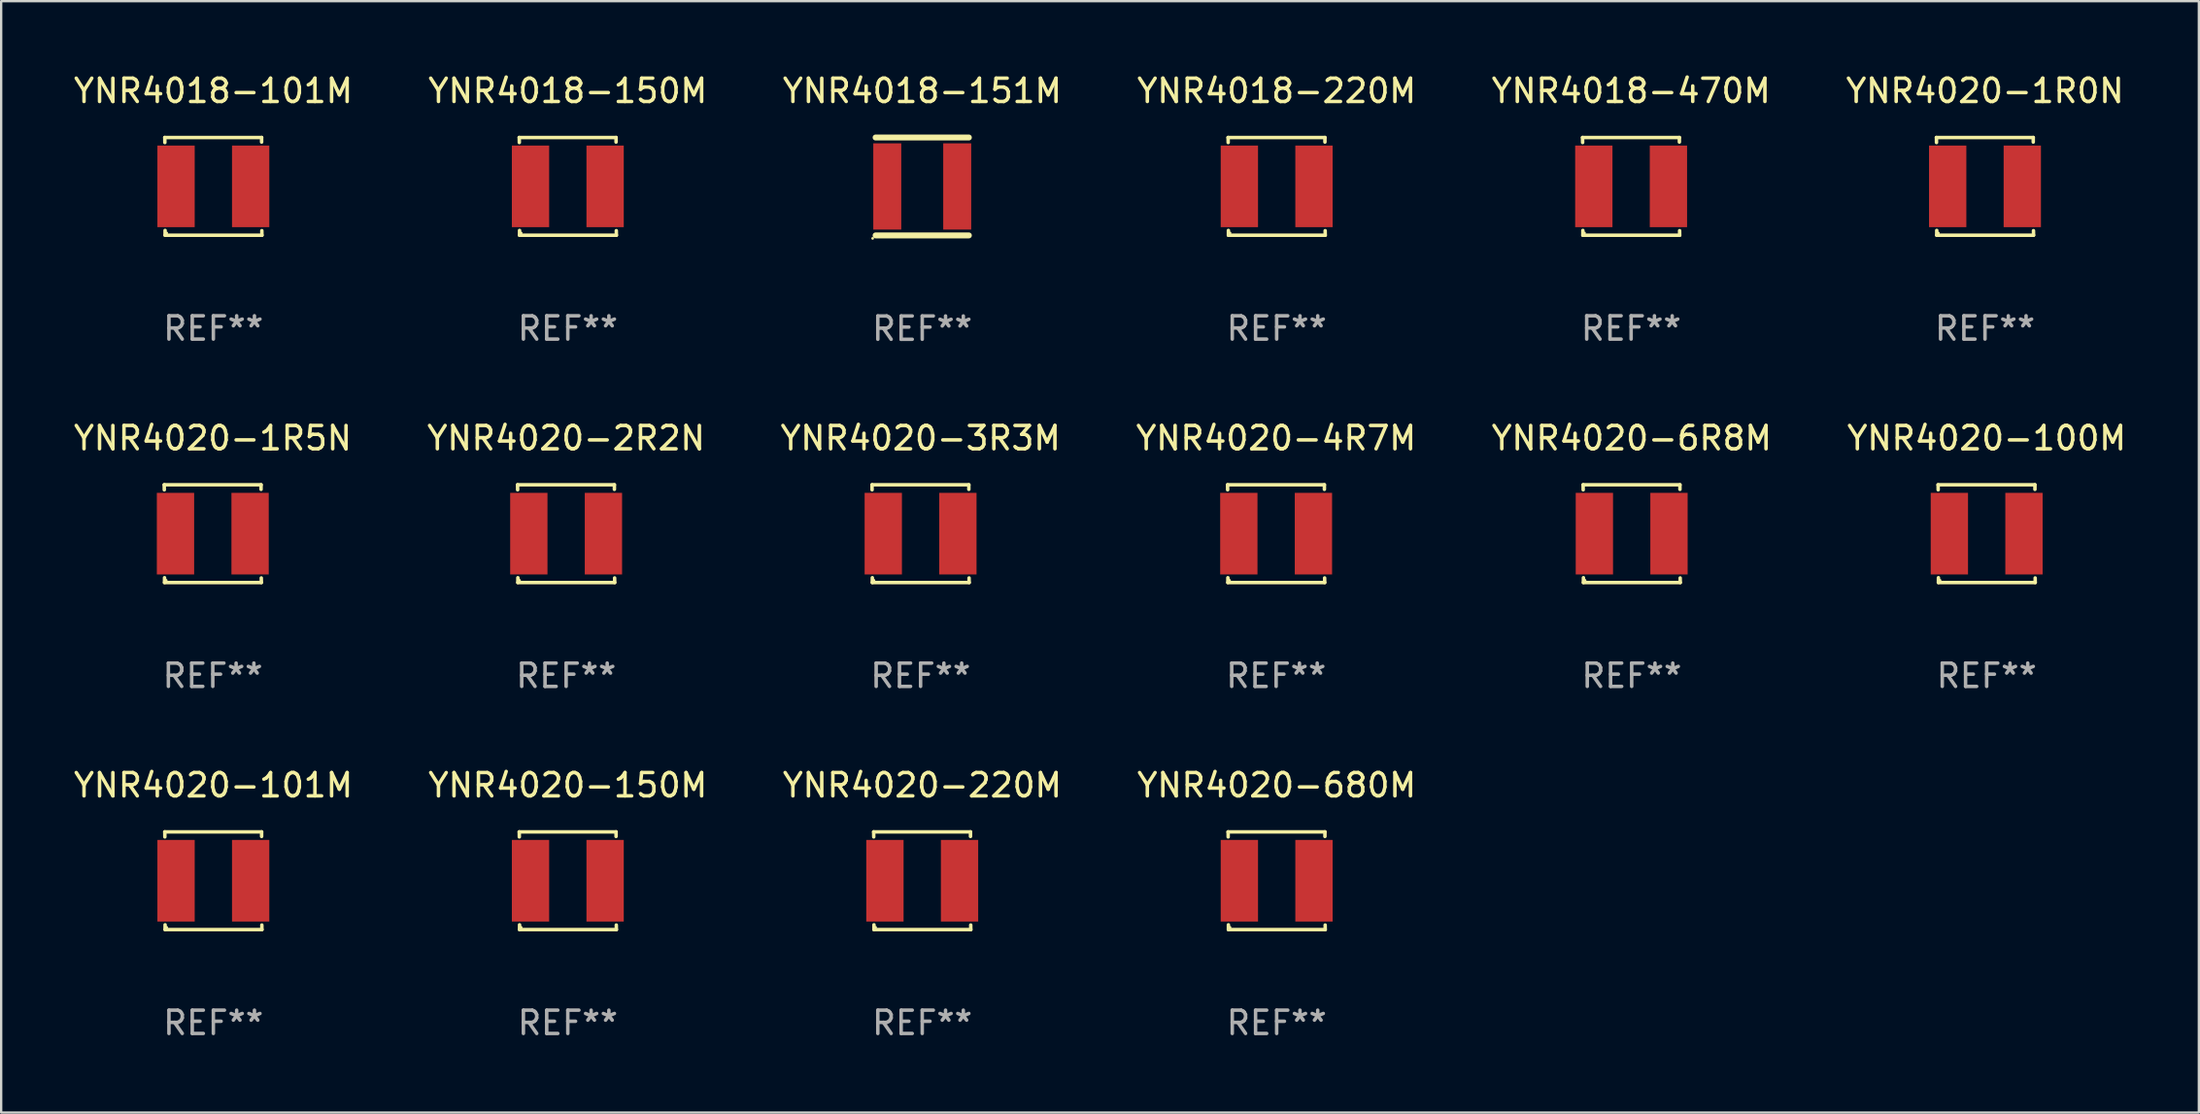
<source format=kicad_pcb>
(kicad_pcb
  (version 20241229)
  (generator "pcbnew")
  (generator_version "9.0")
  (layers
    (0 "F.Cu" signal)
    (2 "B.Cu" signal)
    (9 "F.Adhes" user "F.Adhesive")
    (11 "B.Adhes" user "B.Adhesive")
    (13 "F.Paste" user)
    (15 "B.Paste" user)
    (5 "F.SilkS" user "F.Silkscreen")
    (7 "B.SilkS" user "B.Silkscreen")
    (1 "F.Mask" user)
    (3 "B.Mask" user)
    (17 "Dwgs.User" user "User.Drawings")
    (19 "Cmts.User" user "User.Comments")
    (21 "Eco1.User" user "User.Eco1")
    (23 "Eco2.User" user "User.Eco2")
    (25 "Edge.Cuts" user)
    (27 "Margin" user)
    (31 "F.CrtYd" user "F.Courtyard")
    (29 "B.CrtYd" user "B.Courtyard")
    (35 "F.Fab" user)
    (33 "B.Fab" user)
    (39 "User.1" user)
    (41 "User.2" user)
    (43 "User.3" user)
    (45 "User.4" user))
  (footprint "YNR4020-100M"
    (layer "F.Cu")
    (at 82.161 19.841)
    (property "Reference" "YNR4020-100M" (at 0 -4.096 0) (layer "F.SilkS") (effects (font (size 1 1) (thickness 0.15))))
    (attr through_hole)
    (fp_line (start -2.083 -2.096) (end -2.08 -1.88) (stroke (width 0.15) (type solid)) (layer "F.SilkS"))
    (fp_line (start -2.07 1.89) (end -2.07 2.096) (stroke (width 0.15) (type solid)) (layer "F.SilkS"))
    (fp_line (start -2.07 2.096) (end 2.083 2.096) (stroke (width 0.15) (type solid)) (layer "F.SilkS"))
    (fp_line (start 2.07 -1.9) (end 2.07 -2.096) (stroke (width 0.15) (type solid)) (layer "F.SilkS"))
    (fp_line (start 2.07 -2.096) (end -2.083 -2.096) (stroke (width 0.15) (type solid)) (layer "F.SilkS"))
    (fp_line (start 2.083 2.096) (end 2.08 1.9) (stroke (width 0.15) (type solid)) (layer "F.SilkS"))
    (fp_circle (center -2 2) (end -1.97 2) (stroke (width 0.06) (type solid)) (fill no) (layer "F.SilkS"))
    (fp_text user "REF**" (at 0 6.096 0) (layer "F.Fab") (effects (font (size 1 1) (thickness 0.15))))
    (pad "1" smd rect (at -1.6 -0.000343) (size 1.6 3.5) (layers "F.Cu" "F.Mask" "F.Paste"))
    (pad "2" smd rect (at 1.6 -0.000343) (size 1.6 3.5) (layers "F.Cu" "F.Mask" "F.Paste")))
  (footprint "YNR4018-150M"
    (layer "F.Cu")
    (at 21.304 4.944)
    (property "Reference" "YNR4018-150M" (at 0 -4.096 0) (layer "F.SilkS") (effects (font (size 1 1) (thickness 0.15))))
    (attr through_hole)
    (fp_line (start -2.083 -2.096) (end -2.08 -1.88) (stroke (width 0.15) (type solid)) (layer "F.SilkS"))
    (fp_line (start -2.07 1.89) (end -2.07 2.096) (stroke (width 0.15) (type solid)) (layer "F.SilkS"))
    (fp_line (start -2.07 2.096) (end 2.083 2.096) (stroke (width 0.15) (type solid)) (layer "F.SilkS"))
    (fp_line (start 2.07 -1.9) (end 2.07 -2.096) (stroke (width 0.15) (type solid)) (layer "F.SilkS"))
    (fp_line (start 2.07 -2.096) (end -2.083 -2.096) (stroke (width 0.15) (type solid)) (layer "F.SilkS"))
    (fp_line (start 2.083 2.096) (end 2.08 1.9) (stroke (width 0.15) (type solid)) (layer "F.SilkS"))
    (fp_circle (center -2 2) (end -1.97 2) (stroke (width 0.06) (type solid)) (fill no) (layer "F.SilkS"))
    (fp_text user "REF**" (at 0 6.096 0) (layer "F.Fab") (effects (font (size 1 1) (thickness 0.15))))
    (pad "1" smd rect (at -1.6 -0.000343) (size 1.6 3.5) (layers "F.Cu" "F.Mask" "F.Paste"))
    (pad "2" smd rect (at 1.6 -0.000343) (size 1.6 3.5) (layers "F.Cu" "F.Mask" "F.Paste")))
  (footprint "YNR4018-101M"
    (layer "F.Cu")
    (at 6.101 4.944)
    (property "Reference" "YNR4018-101M" (at 0 -4.096 0) (layer "F.SilkS") (effects (font (size 1 1) (thickness 0.15))))
    (attr through_hole)
    (fp_line (start -2.083 -2.096) (end -2.08 -1.88) (stroke (width 0.15) (type solid)) (layer "F.SilkS"))
    (fp_line (start -2.07 1.89) (end -2.07 2.096) (stroke (width 0.15) (type solid)) (layer "F.SilkS"))
    (fp_line (start -2.07 2.096) (end 2.083 2.096) (stroke (width 0.15) (type solid)) (layer "F.SilkS"))
    (fp_line (start 2.07 -1.9) (end 2.07 -2.096) (stroke (width 0.15) (type solid)) (layer "F.SilkS"))
    (fp_line (start 2.07 -2.096) (end -2.083 -2.096) (stroke (width 0.15) (type solid)) (layer "F.SilkS"))
    (fp_line (start 2.083 2.096) (end 2.08 1.9) (stroke (width 0.15) (type solid)) (layer "F.SilkS"))
    (fp_circle (center -2 2) (end -1.97 2) (stroke (width 0.06) (type solid)) (fill no) (layer "F.SilkS"))
    (fp_text user "REF**" (at 0 6.096 0) (layer "F.Fab") (effects (font (size 1 1) (thickness 0.15))))
    (pad "1" smd rect (at -1.6 -0.000343) (size 1.6 3.5) (layers "F.Cu" "F.Mask" "F.Paste"))
    (pad "2" smd rect (at 1.6 -0.000343) (size 1.6 3.5) (layers "F.Cu" "F.Mask" "F.Paste")))
  (footprint "YNR4020-101M"
    (layer "F.Cu")
    (at 6.101 34.729)
    (property "Reference" "YNR4020-101M" (at 0 -4.096 0) (layer "F.SilkS") (effects (font (size 1 1) (thickness 0.15))))
    (attr through_hole)
    (fp_line (start -2.083 -2.096) (end -2.08 -1.88) (stroke (width 0.15) (type solid)) (layer "F.SilkS"))
    (fp_line (start -2.07 1.89) (end -2.07 2.096) (stroke (width 0.15) (type solid)) (layer "F.SilkS"))
    (fp_line (start -2.07 2.096) (end 2.083 2.096) (stroke (width 0.15) (type solid)) (layer "F.SilkS"))
    (fp_line (start 2.07 -1.9) (end 2.07 -2.096) (stroke (width 0.15) (type solid)) (layer "F.SilkS"))
    (fp_line (start 2.07 -2.096) (end -2.083 -2.096) (stroke (width 0.15) (type solid)) (layer "F.SilkS"))
    (fp_line (start 2.083 2.096) (end 2.08 1.9) (stroke (width 0.15) (type solid)) (layer "F.SilkS"))
    (fp_circle (center -2 2) (end -1.97 2) (stroke (width 0.06) (type solid)) (fill no) (layer "F.SilkS"))
    (fp_text user "REF**" (at 0 6.096 0) (layer "F.Fab") (effects (font (size 1 1) (thickness 0.15))))
    (pad "1" smd rect (at -1.6 -0.000343) (size 1.6 3.5) (layers "F.Cu" "F.Mask" "F.Paste"))
    (pad "2" smd rect (at 1.6 -0.000343) (size 1.6 3.5) (layers "F.Cu" "F.Mask" "F.Paste")))
  (footprint "YNR4020-1R0N"
    (layer "F.Cu")
    (at 82.089 4.944)
    (property "Reference" "YNR4020-1R0N" (at 0 -4.096 0) (layer "F.SilkS") (effects (font (size 1 1) (thickness 0.15))))
    (attr through_hole)
    (fp_line (start -2.083 -2.096) (end -2.08 -1.88) (stroke (width 0.15) (type solid)) (layer "F.SilkS"))
    (fp_line (start -2.07 1.89) (end -2.07 2.096) (stroke (width 0.15) (type solid)) (layer "F.SilkS"))
    (fp_line (start -2.07 2.096) (end 2.083 2.096) (stroke (width 0.15) (type solid)) (layer "F.SilkS"))
    (fp_line (start 2.07 -1.9) (end 2.07 -2.096) (stroke (width 0.15) (type solid)) (layer "F.SilkS"))
    (fp_line (start 2.07 -2.096) (end -2.083 -2.096) (stroke (width 0.15) (type solid)) (layer "F.SilkS"))
    (fp_line (start 2.083 2.096) (end 2.08 1.9) (stroke (width 0.15) (type solid)) (layer "F.SilkS"))
    (fp_circle (center -2 2) (end -1.97 2) (stroke (width 0.06) (type solid)) (fill no) (layer "F.SilkS"))
    (fp_text user "REF**" (at 0 6.096 0) (layer "F.Fab") (effects (font (size 1 1) (thickness 0.15))))
    (pad "1" smd rect (at -1.6 -0.000343) (size 1.6 3.5) (layers "F.Cu" "F.Mask" "F.Paste"))
    (pad "2" smd rect (at 1.6 -0.000343) (size 1.6 3.5) (layers "F.Cu" "F.Mask" "F.Paste")))
  (footprint "YNR4020-4R7M"
    (layer "F.Cu")
    (at 51.685 19.841)
    (property "Reference" "YNR4020-4R7M" (at 0 -4.096 0) (layer "F.SilkS") (effects (font (size 1 1) (thickness 0.15))))
    (attr through_hole)
    (fp_line (start -2.083 -2.096) (end -2.08 -1.88) (stroke (width 0.15) (type solid)) (layer "F.SilkS"))
    (fp_line (start -2.07 1.89) (end -2.07 2.096) (stroke (width 0.15) (type solid)) (layer "F.SilkS"))
    (fp_line (start -2.07 2.096) (end 2.083 2.096) (stroke (width 0.15) (type solid)) (layer "F.SilkS"))
    (fp_line (start 2.07 -1.9) (end 2.07 -2.096) (stroke (width 0.15) (type solid)) (layer "F.SilkS"))
    (fp_line (start 2.07 -2.096) (end -2.083 -2.096) (stroke (width 0.15) (type solid)) (layer "F.SilkS"))
    (fp_line (start 2.083 2.096) (end 2.08 1.9) (stroke (width 0.15) (type solid)) (layer "F.SilkS"))
    (fp_circle (center -2 2) (end -1.97 2) (stroke (width 0.06) (type solid)) (fill no) (layer "F.SilkS"))
    (fp_text user "REF**" (at 0 6.096 0) (layer "F.Fab") (effects (font (size 1 1) (thickness 0.15))))
    (pad "1" smd rect (at -1.6 -0.000343) (size 1.6 3.5) (layers "F.Cu" "F.Mask" "F.Paste"))
    (pad "2" smd rect (at 1.6 -0.000343) (size 1.6 3.5) (layers "F.Cu" "F.Mask" "F.Paste")))
  (footprint "YNR4018-220M"
    (layer "F.Cu")
    (at 51.708 4.944)
    (property "Reference" "YNR4018-220M" (at 0 -4.096 0) (layer "F.SilkS") (effects (font (size 1 1) (thickness 0.15))))
    (attr through_hole)
    (fp_line (start -2.083 -2.096) (end -2.08 -1.88) (stroke (width 0.15) (type solid)) (layer "F.SilkS"))
    (fp_line (start -2.07 1.89) (end -2.07 2.096) (stroke (width 0.15) (type solid)) (layer "F.SilkS"))
    (fp_line (start -2.07 2.096) (end 2.083 2.096) (stroke (width 0.15) (type solid)) (layer "F.SilkS"))
    (fp_line (start 2.07 -1.9) (end 2.07 -2.096) (stroke (width 0.15) (type solid)) (layer "F.SilkS"))
    (fp_line (start 2.07 -2.096) (end -2.083 -2.096) (stroke (width 0.15) (type solid)) (layer "F.SilkS"))
    (fp_line (start 2.083 2.096) (end 2.08 1.9) (stroke (width 0.15) (type solid)) (layer "F.SilkS"))
    (fp_circle (center -2 2) (end -1.97 2) (stroke (width 0.06) (type solid)) (fill no) (layer "F.SilkS"))
    (fp_text user "REF**" (at 0 6.096 0) (layer "F.Fab") (effects (font (size 1 1) (thickness 0.15))))
    (pad "1" smd rect (at -1.6 -0.000343) (size 1.6 3.5) (layers "F.Cu" "F.Mask" "F.Paste"))
    (pad "2" smd rect (at 1.6 -0.000343) (size 1.6 3.5) (layers "F.Cu" "F.Mask" "F.Paste")))
  (footprint "YNR4018-151M"
    (layer "F.Cu")
    (at 36.506 4.948)
    (property "Reference" "YNR4018-151M" (at 0 -4.1 0) (layer "F.SilkS") (effects (font (size 1 1) (thickness 0.15))))
    (attr through_hole)
    (fp_line (start -2 -2.1) (end 2 -2.1) (stroke (width 0.254) (type solid)) (layer "F.SilkS"))
    (fp_line (start -2 2.1) (end 2 2.1) (stroke (width 0.254) (type solid)) (layer "F.SilkS"))
    (fp_circle (center -2.127 2.227) (end -2.097 2.227) (stroke (width 0.06) (type solid)) (fill no) (layer "F.SilkS"))
    (fp_text user "REF**" (at 0 6.1 0) (layer "F.Fab") (effects (font (size 1 1) (thickness 0.15))))
    (pad "1" smd rect (at -1.5 0 90) (size 3.7 1.2) (layers "F.Cu" "F.Mask" "F.Paste"))
    (pad "2" smd rect (at 1.5 0 90) (size 3.7 1.2) (layers "F.Cu" "F.Mask" "F.Paste")))
  (footprint "YNR4020-3R3M"
    (layer "F.Cu")
    (at 36.435 19.841)
    (property "Reference" "YNR4020-3R3M" (at 0 -4.096 0) (layer "F.SilkS") (effects (font (size 1 1) (thickness 0.15))))
    (attr through_hole)
    (fp_line (start -2.083 -2.096) (end -2.08 -1.88) (stroke (width 0.15) (type solid)) (layer "F.SilkS"))
    (fp_line (start -2.07 1.89) (end -2.07 2.096) (stroke (width 0.15) (type solid)) (layer "F.SilkS"))
    (fp_line (start -2.07 2.096) (end 2.083 2.096) (stroke (width 0.15) (type solid)) (layer "F.SilkS"))
    (fp_line (start 2.07 -1.9) (end 2.07 -2.096) (stroke (width 0.15) (type solid)) (layer "F.SilkS"))
    (fp_line (start 2.07 -2.096) (end -2.083 -2.096) (stroke (width 0.15) (type solid)) (layer "F.SilkS"))
    (fp_line (start 2.083 2.096) (end 2.08 1.9) (stroke (width 0.15) (type solid)) (layer "F.SilkS"))
    (fp_circle (center -2 2) (end -1.97 2) (stroke (width 0.06) (type solid)) (fill no) (layer "F.SilkS"))
    (fp_text user "REF**" (at 0 6.096 0) (layer "F.Fab") (effects (font (size 1 1) (thickness 0.15))))
    (pad "1" smd rect (at -1.6 -0.000343) (size 1.6 3.5) (layers "F.Cu" "F.Mask" "F.Paste"))
    (pad "2" smd rect (at 1.6 -0.000343) (size 1.6 3.5) (layers "F.Cu" "F.Mask" "F.Paste")))
  (footprint "YNR4020-2R2N"
    (layer "F.Cu")
    (at 21.232 19.841)
    (property "Reference" "YNR4020-2R2N" (at 0 -4.096 0) (layer "F.SilkS") (effects (font (size 1 1) (thickness 0.15))))
    (attr through_hole)
    (fp_line (start -2.083 -2.096) (end -2.08 -1.88) (stroke (width 0.15) (type solid)) (layer "F.SilkS"))
    (fp_line (start -2.07 1.89) (end -2.07 2.096) (stroke (width 0.15) (type solid)) (layer "F.SilkS"))
    (fp_line (start -2.07 2.096) (end 2.083 2.096) (stroke (width 0.15) (type solid)) (layer "F.SilkS"))
    (fp_line (start 2.07 -1.9) (end 2.07 -2.096) (stroke (width 0.15) (type solid)) (layer "F.SilkS"))
    (fp_line (start 2.07 -2.096) (end -2.083 -2.096) (stroke (width 0.15) (type solid)) (layer "F.SilkS"))
    (fp_line (start 2.083 2.096) (end 2.08 1.9) (stroke (width 0.15) (type solid)) (layer "F.SilkS"))
    (fp_circle (center -2 2) (end -1.97 2) (stroke (width 0.06) (type solid)) (fill no) (layer "F.SilkS"))
    (fp_text user "REF**" (at 0 6.096 0) (layer "F.Fab") (effects (font (size 1 1) (thickness 0.15))))
    (pad "1" smd rect (at -1.6 -0.000343) (size 1.6 3.5) (layers "F.Cu" "F.Mask" "F.Paste"))
    (pad "2" smd rect (at 1.6 -0.000343) (size 1.6 3.5) (layers "F.Cu" "F.Mask" "F.Paste")))
  (footprint "YNR4018-470M"
    (layer "F.Cu")
    (at 66.911 4.944)
    (property "Reference" "YNR4018-470M" (at 0 -4.096 0) (layer "F.SilkS") (effects (font (size 1 1) (thickness 0.15))))
    (attr through_hole)
    (fp_line (start -2.083 -2.096) (end -2.08 -1.88) (stroke (width 0.15) (type solid)) (layer "F.SilkS"))
    (fp_line (start -2.07 1.89) (end -2.07 2.096) (stroke (width 0.15) (type solid)) (layer "F.SilkS"))
    (fp_line (start -2.07 2.096) (end 2.083 2.096) (stroke (width 0.15) (type solid)) (layer "F.SilkS"))
    (fp_line (start 2.07 -1.9) (end 2.07 -2.096) (stroke (width 0.15) (type solid)) (layer "F.SilkS"))
    (fp_line (start 2.07 -2.096) (end -2.083 -2.096) (stroke (width 0.15) (type solid)) (layer "F.SilkS"))
    (fp_line (start 2.083 2.096) (end 2.08 1.9) (stroke (width 0.15) (type solid)) (layer "F.SilkS"))
    (fp_circle (center -2 2) (end -1.97 2) (stroke (width 0.06) (type solid)) (fill no) (layer "F.SilkS"))
    (fp_text user "REF**" (at 0 6.096 0) (layer "F.Fab") (effects (font (size 1 1) (thickness 0.15))))
    (pad "1" smd rect (at -1.6 -0.000343) (size 1.6 3.5) (layers "F.Cu" "F.Mask" "F.Paste"))
    (pad "2" smd rect (at 1.6 -0.000343) (size 1.6 3.5) (layers "F.Cu" "F.Mask" "F.Paste")))
  (footprint "YNR4020-680M"
    (layer "F.Cu")
    (at 51.708 34.729)
    (property "Reference" "YNR4020-680M" (at 0 -4.096 0) (layer "F.SilkS") (effects (font (size 1 1) (thickness 0.15))))
    (attr through_hole)
    (fp_line (start -2.083 -2.096) (end -2.08 -1.88) (stroke (width 0.15) (type solid)) (layer "F.SilkS"))
    (fp_line (start -2.07 1.89) (end -2.07 2.096) (stroke (width 0.15) (type solid)) (layer "F.SilkS"))
    (fp_line (start -2.07 2.096) (end 2.083 2.096) (stroke (width 0.15) (type solid)) (layer "F.SilkS"))
    (fp_line (start 2.07 -1.9) (end 2.07 -2.096) (stroke (width 0.15) (type solid)) (layer "F.SilkS"))
    (fp_line (start 2.07 -2.096) (end -2.083 -2.096) (stroke (width 0.15) (type solid)) (layer "F.SilkS"))
    (fp_line (start 2.083 2.096) (end 2.08 1.9) (stroke (width 0.15) (type solid)) (layer "F.SilkS"))
    (fp_circle (center -2 2) (end -1.97 2) (stroke (width 0.06) (type solid)) (fill no) (layer "F.SilkS"))
    (fp_text user "REF**" (at 0 6.096 0) (layer "F.Fab") (effects (font (size 1 1) (thickness 0.15))))
    (pad "1" smd rect (at -1.6 -0.000343) (size 1.6 3.5) (layers "F.Cu" "F.Mask" "F.Paste"))
    (pad "2" smd rect (at 1.6 -0.000343) (size 1.6 3.5) (layers "F.Cu" "F.Mask" "F.Paste")))
  (footprint "YNR4020-220M"
    (layer "F.Cu")
    (at 36.506 34.729)
    (property "Reference" "YNR4020-220M" (at 0 -4.096 0) (layer "F.SilkS") (effects (font (size 1 1) (thickness 0.15))))
    (attr through_hole)
    (fp_line (start -2.083 -2.096) (end -2.08 -1.88) (stroke (width 0.15) (type solid)) (layer "F.SilkS"))
    (fp_line (start -2.07 1.89) (end -2.07 2.096) (stroke (width 0.15) (type solid)) (layer "F.SilkS"))
    (fp_line (start -2.07 2.096) (end 2.083 2.096) (stroke (width 0.15) (type solid)) (layer "F.SilkS"))
    (fp_line (start 2.07 -1.9) (end 2.07 -2.096) (stroke (width 0.15) (type solid)) (layer "F.SilkS"))
    (fp_line (start 2.07 -2.096) (end -2.083 -2.096) (stroke (width 0.15) (type solid)) (layer "F.SilkS"))
    (fp_line (start 2.083 2.096) (end 2.08 1.9) (stroke (width 0.15) (type solid)) (layer "F.SilkS"))
    (fp_circle (center -2 2) (end -1.97 2) (stroke (width 0.06) (type solid)) (fill no) (layer "F.SilkS"))
    (fp_text user "REF**" (at 0 6.096 0) (layer "F.Fab") (effects (font (size 1 1) (thickness 0.15))))
    (pad "1" smd rect (at -1.6 -0.000343) (size 1.6 3.5) (layers "F.Cu" "F.Mask" "F.Paste"))
    (pad "2" smd rect (at 1.6 -0.000343) (size 1.6 3.5) (layers "F.Cu" "F.Mask" "F.Paste")))
  (footprint "YNR4020-150M"
    (layer "F.Cu")
    (at 21.304 34.729)
    (property "Reference" "YNR4020-150M" (at 0 -4.096 0) (layer "F.SilkS") (effects (font (size 1 1) (thickness 0.15))))
    (attr through_hole)
    (fp_line (start -2.083 -2.096) (end -2.08 -1.88) (stroke (width 0.15) (type solid)) (layer "F.SilkS"))
    (fp_line (start -2.07 1.89) (end -2.07 2.096) (stroke (width 0.15) (type solid)) (layer "F.SilkS"))
    (fp_line (start -2.07 2.096) (end 2.083 2.096) (stroke (width 0.15) (type solid)) (layer "F.SilkS"))
    (fp_line (start 2.07 -1.9) (end 2.07 -2.096) (stroke (width 0.15) (type solid)) (layer "F.SilkS"))
    (fp_line (start 2.07 -2.096) (end -2.083 -2.096) (stroke (width 0.15) (type solid)) (layer "F.SilkS"))
    (fp_line (start 2.083 2.096) (end 2.08 1.9) (stroke (width 0.15) (type solid)) (layer "F.SilkS"))
    (fp_circle (center -2 2) (end -1.97 2) (stroke (width 0.06) (type solid)) (fill no) (layer "F.SilkS"))
    (fp_text user "REF**" (at 0 6.096 0) (layer "F.Fab") (effects (font (size 1 1) (thickness 0.15))))
    (pad "1" smd rect (at -1.6 -0.000343) (size 1.6 3.5) (layers "F.Cu" "F.Mask" "F.Paste"))
    (pad "2" smd rect (at 1.6 -0.000343) (size 1.6 3.5) (layers "F.Cu" "F.Mask" "F.Paste")))
  (footprint "YNR4020-1R5N"
    (layer "F.Cu")
    (at 6.077 19.841)
    (property "Reference" "YNR4020-1R5N" (at 0 -4.096 0) (layer "F.SilkS") (effects (font (size 1 1) (thickness 0.15))))
    (attr through_hole)
    (fp_line (start -2.083 -2.096) (end -2.08 -1.88) (stroke (width 0.15) (type solid)) (layer "F.SilkS"))
    (fp_line (start -2.07 1.89) (end -2.07 2.096) (stroke (width 0.15) (type solid)) (layer "F.SilkS"))
    (fp_line (start -2.07 2.096) (end 2.083 2.096) (stroke (width 0.15) (type solid)) (layer "F.SilkS"))
    (fp_line (start 2.07 -1.9) (end 2.07 -2.096) (stroke (width 0.15) (type solid)) (layer "F.SilkS"))
    (fp_line (start 2.07 -2.096) (end -2.083 -2.096) (stroke (width 0.15) (type solid)) (layer "F.SilkS"))
    (fp_line (start 2.083 2.096) (end 2.08 1.9) (stroke (width 0.15) (type solid)) (layer "F.SilkS"))
    (fp_circle (center -2 2) (end -1.97 2) (stroke (width 0.06) (type solid)) (fill no) (layer "F.SilkS"))
    (fp_text user "REF**" (at 0 6.096 0) (layer "F.Fab") (effects (font (size 1 1) (thickness 0.15))))
    (pad "1" smd rect (at -1.6 -0.000343) (size 1.6 3.5) (layers "F.Cu" "F.Mask" "F.Paste"))
    (pad "2" smd rect (at 1.6 -0.000343) (size 1.6 3.5) (layers "F.Cu" "F.Mask" "F.Paste")))
  (footprint "YNR4020-6R8M"
    (layer "F.Cu")
    (at 66.935 19.841)
    (property "Reference" "YNR4020-6R8M" (at 0 -4.096 0) (layer "F.SilkS") (effects (font (size 1 1) (thickness 0.15))))
    (attr through_hole)
    (fp_line (start -2.083 -2.096) (end -2.08 -1.88) (stroke (width 0.15) (type solid)) (layer "F.SilkS"))
    (fp_line (start -2.07 1.89) (end -2.07 2.096) (stroke (width 0.15) (type solid)) (layer "F.SilkS"))
    (fp_line (start -2.07 2.096) (end 2.083 2.096) (stroke (width 0.15) (type solid)) (layer "F.SilkS"))
    (fp_line (start 2.07 -1.9) (end 2.07 -2.096) (stroke (width 0.15) (type solid)) (layer "F.SilkS"))
    (fp_line (start 2.07 -2.096) (end -2.083 -2.096) (stroke (width 0.15) (type solid)) (layer "F.SilkS"))
    (fp_line (start 2.083 2.096) (end 2.08 1.9) (stroke (width 0.15) (type solid)) (layer "F.SilkS"))
    (fp_circle (center -2 2) (end -1.97 2) (stroke (width 0.06) (type solid)) (fill no) (layer "F.SilkS"))
    (fp_text user "REF**" (at 0 6.096 0) (layer "F.Fab") (effects (font (size 1 1) (thickness 0.15))))
    (pad "1" smd rect (at -1.6 -0.000343) (size 1.6 3.5) (layers "F.Cu" "F.Mask" "F.Paste"))
    (pad "2" smd rect (at 1.6 -0.000343) (size 1.6 3.5) (layers "F.Cu" "F.Mask" "F.Paste")))
  (gr_rect
    (start -3 -3)
    (end 91.262 44.673)
    (stroke (width 0.1) (type default))
    (fill no)
    (layer "Edge.Cuts")))
</source>
